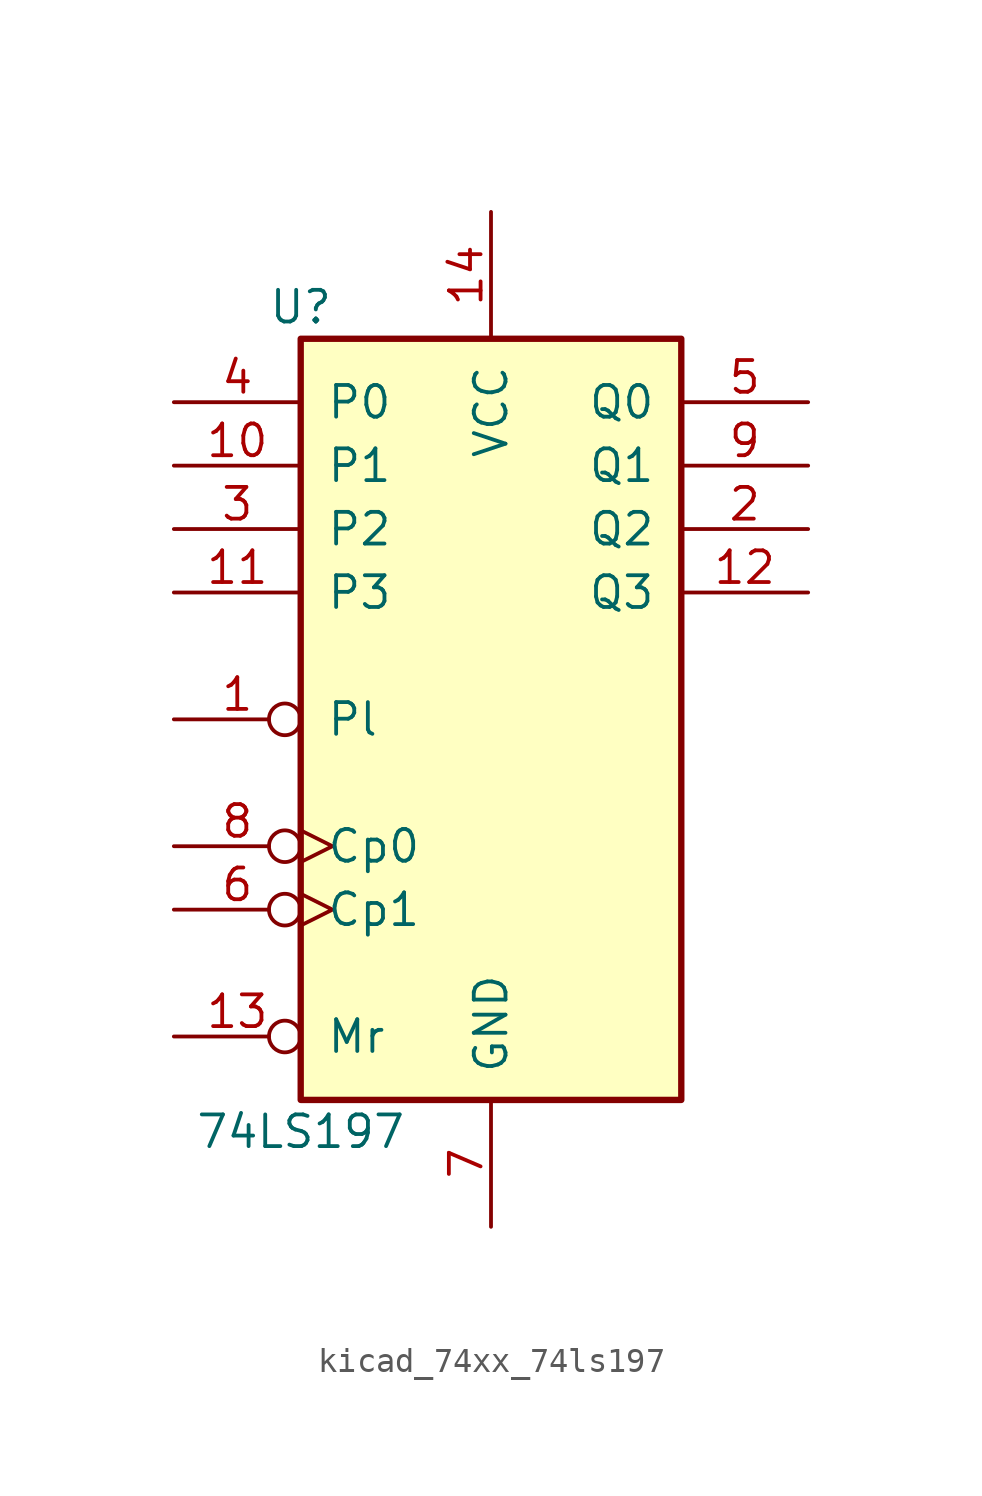
<source format=kicad_sym>
(kicad_symbol_lib
  (version 20220914)
  (generator kicad_symbol_editor)
  (symbol "kicad_74xx_74ls197"
    (pin_names
      (offset 1.016))
    (property "Reference" "U"
      (at -7.62 16.51 0)
      (effects (font (size 1.27 1.27))))
    (property "Value" "74LS197"
      (at -7.62 -16.51 0)
      (effects (font (size 1.27 1.27))))
    (property "ki_locked" ""
      (at 0 0 0)
      (effects (font (size 1.27 1.27))))
    (symbol "kicad_74xx_74ls197_1_0"
      (pin input inverted (at -12.7 0 0) (length 5.08) (name "Pl" (effects (font (size 1.27 1.27)))) (number "1" (effects (font (size 1.27 1.27)))))
      (pin input line (at -12.7 10.16 0) (length 5.08) (name "P1" (effects (font (size 1.27 1.27)))) (number "10" (effects (font (size 1.27 1.27)))))
      (pin input line (at -12.7 5.08 0) (length 5.08) (name "P3" (effects (font (size 1.27 1.27)))) (number "11" (effects (font (size 1.27 1.27)))))
      (pin output line (at 12.7 5.08 180) (length 5.08) (name "Q3" (effects (font (size 1.27 1.27)))) (number "12" (effects (font (size 1.27 1.27)))))
      (pin input inverted (at -12.7 -12.7 0) (length 5.08) (name "Mr" (effects (font (size 1.27 1.27)))) (number "13" (effects (font (size 1.27 1.27)))))
      (pin power_in line (at 0 20.32 270) (length 5.08) (name "VCC" (effects (font (size 1.27 1.27)))) (number "14" (effects (font (size 1.27 1.27)))))
      (pin output line (at 12.7 7.62 180) (length 5.08) (name "Q2" (effects (font (size 1.27 1.27)))) (number "2" (effects (font (size 1.27 1.27)))))
      (pin input line (at -12.7 7.62 0) (length 5.08) (name "P2" (effects (font (size 1.27 1.27)))) (number "3" (effects (font (size 1.27 1.27)))))
      (pin input line (at -12.7 12.7 0) (length 5.08) (name "P0" (effects (font (size 1.27 1.27)))) (number "4" (effects (font (size 1.27 1.27)))))
      (pin output line (at 12.7 12.7 180) (length 5.08) (name "Q0" (effects (font (size 1.27 1.27)))) (number "5" (effects (font (size 1.27 1.27)))))
      (pin input inverted_clock (at -12.7 -7.62 0) (length 5.08) (name "Cp1" (effects (font (size 1.27 1.27)))) (number "6" (effects (font (size 1.27 1.27)))))
      (pin power_in line (at 0 -20.32 90) (length 5.08) (name "GND" (effects (font (size 1.27 1.27)))) (number "7" (effects (font (size 1.27 1.27)))))
      (pin input inverted_clock (at -12.7 -5.08 0) (length 5.08) (name "Cp0" (effects (font (size 1.27 1.27)))) (number "8" (effects (font (size 1.27 1.27)))))
      (pin output line (at 12.7 10.16 180) (length 5.08) (name "Q1" (effects (font (size 1.27 1.27)))) (number "9" (effects (font (size 1.27 1.27))))))
    (symbol "kicad_74xx_74ls197_1_1"
      (rectangle (start -7.62 15.24) (end 7.62 -15.24) (stroke (width 0.254) (type default)) (fill (type background))))))
</source>
